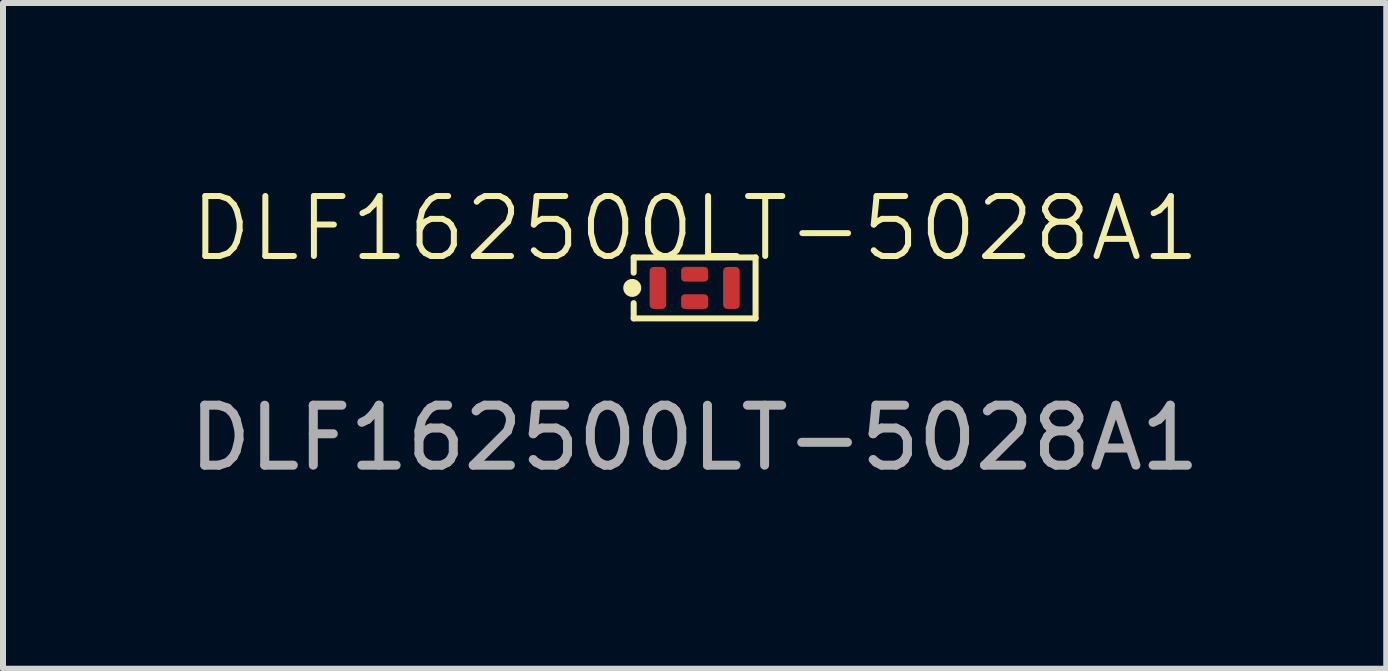
<source format=kicad_pcb>
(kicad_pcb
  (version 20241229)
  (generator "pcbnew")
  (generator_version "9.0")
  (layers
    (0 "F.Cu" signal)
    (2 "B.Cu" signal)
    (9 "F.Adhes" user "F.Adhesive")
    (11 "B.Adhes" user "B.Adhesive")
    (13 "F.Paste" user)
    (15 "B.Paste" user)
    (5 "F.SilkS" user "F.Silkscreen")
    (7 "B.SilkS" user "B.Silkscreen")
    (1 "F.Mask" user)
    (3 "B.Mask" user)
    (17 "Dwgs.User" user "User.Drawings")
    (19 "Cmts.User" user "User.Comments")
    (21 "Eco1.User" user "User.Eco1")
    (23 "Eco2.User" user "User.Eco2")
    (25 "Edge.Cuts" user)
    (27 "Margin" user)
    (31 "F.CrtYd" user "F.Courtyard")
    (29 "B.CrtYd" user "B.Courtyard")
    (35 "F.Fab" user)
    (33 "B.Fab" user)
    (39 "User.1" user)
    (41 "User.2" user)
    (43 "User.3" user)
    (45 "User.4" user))
  (footprint "DLF162500LT-5028A1"
    (layer "F.Cu")
    (at 8.53 1.75)
    (property "Reference" "DLF162500LT-5028A1" (at 0.01 -0.99 0) (unlocked yes) (layer "F.SilkS") (effects (font (size 1 1) (thickness 0.1))))
    (attr smd)
    (fp_line (start -1.016 -0.508) (end 1.016 -0.508) (stroke (width 0.1) (type default)) (layer "F.SilkS"))
    (fp_line (start -1.016 -0.254) (end -1.016 -0.508) (stroke (width 0.1) (type default)) (layer "F.SilkS"))
    (fp_line (start -1.016 0.508) (end -1.016 0.254) (stroke (width 0.1) (type default)) (layer "F.SilkS"))
    (fp_line (start 1.016 -0.508) (end 1.016 0.508) (stroke (width 0.1) (type default)) (layer "F.SilkS"))
    (fp_line (start 1.016 0.508) (end -1.016 0.508) (stroke (width 0.1) (type default)) (layer "F.SilkS"))
    (fp_circle (center -1.04 0) (end -0.94 0) (stroke (width 0.1) (type solid)) (fill yes) (layer "F.SilkS"))
    (fp_text user "${REFERENCE}" (at 0 2.5 0) (unlocked yes) (layer "F.Fab") (effects (font (size 1 1) (thickness 0.15))))
    (pad "1" smd roundrect (at -0.613 0) (size 0.275 0.7) (layers "F.Cu" "F.Mask" "F.Paste") (roundrect_rratio 0.25))
    (pad "2" smd roundrect (at 0 0.228) (size 0.45 0.245) (layers "F.Cu" "F.Mask" "F.Paste") (roundrect_rratio 0.25))
    (pad "3" smd roundrect (at 0.613 0) (size 0.275 0.7) (layers "F.Cu" "F.Mask" "F.Paste") (roundrect_rratio 0.25))
    (pad "4" smd roundrect (at 0 -0.228) (size 0.45 0.245) (layers "F.Cu" "F.Mask" "F.Paste") (roundrect_rratio 0.25)))
  (gr_rect
    (start -3 -3)
    (end 20.06 8.099)
    (stroke (width 0.1) (type default))
    (fill no)
    (layer "Edge.Cuts")))
</source>
